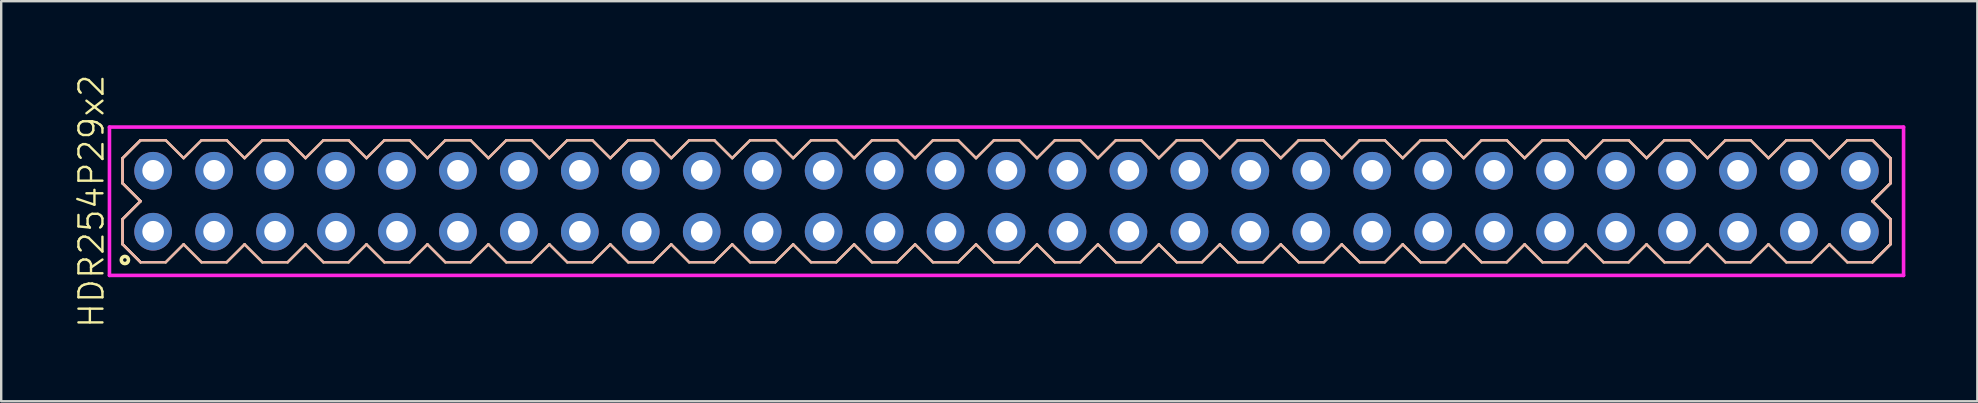
<source format=kicad_pcb>
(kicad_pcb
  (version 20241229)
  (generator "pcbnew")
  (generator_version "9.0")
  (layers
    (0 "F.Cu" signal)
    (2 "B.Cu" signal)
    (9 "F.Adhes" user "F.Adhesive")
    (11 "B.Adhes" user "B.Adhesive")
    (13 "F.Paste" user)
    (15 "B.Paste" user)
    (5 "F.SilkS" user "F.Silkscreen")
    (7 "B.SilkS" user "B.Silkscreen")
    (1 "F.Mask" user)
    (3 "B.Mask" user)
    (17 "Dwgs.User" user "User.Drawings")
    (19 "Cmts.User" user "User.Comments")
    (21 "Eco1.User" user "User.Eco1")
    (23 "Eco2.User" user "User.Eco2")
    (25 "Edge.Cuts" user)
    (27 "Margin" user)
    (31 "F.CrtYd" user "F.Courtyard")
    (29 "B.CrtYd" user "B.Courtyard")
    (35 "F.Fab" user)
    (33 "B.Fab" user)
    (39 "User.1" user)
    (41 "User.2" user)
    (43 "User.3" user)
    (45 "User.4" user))
  (footprint "HDR254P29x2"
    (layer "F.Cu")
    (at 38.891 5.336)
    (property "Reference" "HDR254P29x2" (at -38.13 0 90) (layer "F.SilkS") (effects (font (size 1 1) (thickness 0.1))))
    (attr through_hole)
    (fp_line (start -36.83 -1.796) (end -36.086 -2.54) (stroke (width 0.1) (type solid)) (layer "F.SilkS"))
    (fp_line (start -36.83 -1.796) (end -36.086 -2.54) (stroke (width 0.1) (type solid)) (layer "F.SilkS"))
    (fp_line (start -36.83 -0.744) (end -36.83 -1.796) (stroke (width 0.1) (type solid)) (layer "F.SilkS"))
    (fp_line (start -36.83 -0.744) (end -36.83 -1.796) (stroke (width 0.1) (type solid)) (layer "F.SilkS"))
    (fp_line (start -36.83 0.744) (end -36.086 0) (stroke (width 0.1) (type solid)) (layer "F.SilkS"))
    (fp_line (start -36.83 0.744) (end -36.086 0) (stroke (width 0.1) (type solid)) (layer "F.SilkS"))
    (fp_line (start -36.83 1.796) (end -36.83 0.744) (stroke (width 0.1) (type solid)) (layer "F.SilkS"))
    (fp_line (start -36.83 1.796) (end -36.83 0.744) (stroke (width 0.1) (type solid)) (layer "F.SilkS"))
    (fp_line (start -36.086 -2.54) (end -35.034 -2.54) (stroke (width 0.1) (type solid)) (layer "F.SilkS"))
    (fp_line (start -36.086 0) (end -36.83 -0.744) (stroke (width 0.1) (type solid)) (layer "F.SilkS"))
    (fp_line (start -36.086 0) (end -36.83 -0.744) (stroke (width 0.1) (type solid)) (layer "F.SilkS"))
    (fp_line (start -36.086 2.54) (end -36.83 1.796) (stroke (width 0.1) (type solid)) (layer "F.SilkS"))
    (fp_line (start -36.086 2.54) (end -36.83 1.796) (stroke (width 0.1) (type solid)) (layer "F.SilkS"))
    (fp_line (start -35.034 -2.54) (end -34.29 -1.796) (stroke (width 0.1) (type solid)) (layer "F.SilkS"))
    (fp_line (start -35.034 2.54) (end -36.086 2.54) (stroke (width 0.1) (type solid)) (layer "F.SilkS"))
    (fp_line (start -34.29 -1.796) (end -33.546 -2.54) (stroke (width 0.1) (type solid)) (layer "F.SilkS"))
    (fp_line (start -34.29 1.796) (end -35.034 2.54) (stroke (width 0.1) (type solid)) (layer "F.SilkS"))
    (fp_line (start -33.546 -2.54) (end -32.494 -2.54) (stroke (width 0.1) (type solid)) (layer "F.SilkS"))
    (fp_line (start -33.546 2.54) (end -34.29 1.796) (stroke (width 0.1) (type solid)) (layer "F.SilkS"))
    (fp_line (start -32.494 -2.54) (end -31.75 -1.796) (stroke (width 0.1) (type solid)) (layer "F.SilkS"))
    (fp_line (start -32.494 2.54) (end -33.546 2.54) (stroke (width 0.1) (type solid)) (layer "F.SilkS"))
    (fp_line (start -31.75 -1.796) (end -31.006 -2.54) (stroke (width 0.1) (type solid)) (layer "F.SilkS"))
    (fp_line (start -31.75 1.796) (end -32.494 2.54) (stroke (width 0.1) (type solid)) (layer "F.SilkS"))
    (fp_line (start -31.006 -2.54) (end -29.954 -2.54) (stroke (width 0.1) (type solid)) (layer "F.SilkS"))
    (fp_line (start -31.006 2.54) (end -31.75 1.796) (stroke (width 0.1) (type solid)) (layer "F.SilkS"))
    (fp_line (start -29.954 -2.54) (end -29.21 -1.796) (stroke (width 0.1) (type solid)) (layer "F.SilkS"))
    (fp_line (start -29.954 2.54) (end -31.006 2.54) (stroke (width 0.1) (type solid)) (layer "F.SilkS"))
    (fp_line (start -29.21 -1.796) (end -28.466 -2.54) (stroke (width 0.1) (type solid)) (layer "F.SilkS"))
    (fp_line (start -29.21 1.796) (end -29.954 2.54) (stroke (width 0.1) (type solid)) (layer "F.SilkS"))
    (fp_line (start -28.466 -2.54) (end -27.414 -2.54) (stroke (width 0.1) (type solid)) (layer "F.SilkS"))
    (fp_line (start -28.466 2.54) (end -29.21 1.796) (stroke (width 0.1) (type solid)) (layer "F.SilkS"))
    (fp_line (start -27.414 -2.54) (end -26.67 -1.796) (stroke (width 0.1) (type solid)) (layer "F.SilkS"))
    (fp_line (start -27.414 2.54) (end -28.466 2.54) (stroke (width 0.1) (type solid)) (layer "F.SilkS"))
    (fp_line (start -26.67 -1.796) (end -25.926 -2.54) (stroke (width 0.1) (type solid)) (layer "F.SilkS"))
    (fp_line (start -26.67 1.796) (end -27.414 2.54) (stroke (width 0.1) (type solid)) (layer "F.SilkS"))
    (fp_line (start -25.926 -2.54) (end -24.874 -2.54) (stroke (width 0.1) (type solid)) (layer "F.SilkS"))
    (fp_line (start -25.926 2.54) (end -26.67 1.796) (stroke (width 0.1) (type solid)) (layer "F.SilkS"))
    (fp_line (start -24.874 -2.54) (end -24.13 -1.796) (stroke (width 0.1) (type solid)) (layer "F.SilkS"))
    (fp_line (start -24.874 2.54) (end -25.926 2.54) (stroke (width 0.1) (type solid)) (layer "F.SilkS"))
    (fp_line (start -24.13 -1.796) (end -23.386 -2.54) (stroke (width 0.1) (type solid)) (layer "F.SilkS"))
    (fp_line (start -24.13 1.796) (end -24.874 2.54) (stroke (width 0.1) (type solid)) (layer "F.SilkS"))
    (fp_line (start -23.386 -2.54) (end -22.334 -2.54) (stroke (width 0.1) (type solid)) (layer "F.SilkS"))
    (fp_line (start -23.386 2.54) (end -24.13 1.796) (stroke (width 0.1) (type solid)) (layer "F.SilkS"))
    (fp_line (start -22.334 -2.54) (end -21.59 -1.796) (stroke (width 0.1) (type solid)) (layer "F.SilkS"))
    (fp_line (start -22.334 2.54) (end -23.386 2.54) (stroke (width 0.1) (type solid)) (layer "F.SilkS"))
    (fp_line (start -21.59 -1.796) (end -20.846 -2.54) (stroke (width 0.1) (type solid)) (layer "F.SilkS"))
    (fp_line (start -21.59 1.796) (end -22.334 2.54) (stroke (width 0.1) (type solid)) (layer "F.SilkS"))
    (fp_line (start -20.846 -2.54) (end -19.794 -2.54) (stroke (width 0.1) (type solid)) (layer "F.SilkS"))
    (fp_line (start -20.846 2.54) (end -21.59 1.796) (stroke (width 0.1) (type solid)) (layer "F.SilkS"))
    (fp_line (start -19.794 -2.54) (end -19.05 -1.796) (stroke (width 0.1) (type solid)) (layer "F.SilkS"))
    (fp_line (start -19.794 2.54) (end -20.846 2.54) (stroke (width 0.1) (type solid)) (layer "F.SilkS"))
    (fp_line (start -19.05 -1.796) (end -18.306 -2.54) (stroke (width 0.1) (type solid)) (layer "F.SilkS"))
    (fp_line (start -19.05 1.796) (end -19.794 2.54) (stroke (width 0.1) (type solid)) (layer "F.SilkS"))
    (fp_line (start -18.306 -2.54) (end -17.254 -2.54) (stroke (width 0.1) (type solid)) (layer "F.SilkS"))
    (fp_line (start -18.306 2.54) (end -19.05 1.796) (stroke (width 0.1) (type solid)) (layer "F.SilkS"))
    (fp_line (start -17.254 -2.54) (end -16.51 -1.796) (stroke (width 0.1) (type solid)) (layer "F.SilkS"))
    (fp_line (start -17.254 2.54) (end -18.306 2.54) (stroke (width 0.1) (type solid)) (layer "F.SilkS"))
    (fp_line (start -16.51 -1.796) (end -15.766 -2.54) (stroke (width 0.1) (type solid)) (layer "F.SilkS"))
    (fp_line (start -16.51 1.796) (end -17.254 2.54) (stroke (width 0.1) (type solid)) (layer "F.SilkS"))
    (fp_line (start -15.766 -2.54) (end -14.714 -2.54) (stroke (width 0.1) (type solid)) (layer "F.SilkS"))
    (fp_line (start -15.766 2.54) (end -16.51 1.796) (stroke (width 0.1) (type solid)) (layer "F.SilkS"))
    (fp_line (start -14.714 -2.54) (end -13.97 -1.796) (stroke (width 0.1) (type solid)) (layer "F.SilkS"))
    (fp_line (start -14.714 2.54) (end -15.766 2.54) (stroke (width 0.1) (type solid)) (layer "F.SilkS"))
    (fp_line (start -13.97 -1.796) (end -13.226 -2.54) (stroke (width 0.1) (type solid)) (layer "F.SilkS"))
    (fp_line (start -13.97 1.796) (end -14.714 2.54) (stroke (width 0.1) (type solid)) (layer "F.SilkS"))
    (fp_line (start -13.226 -2.54) (end -12.174 -2.54) (stroke (width 0.1) (type solid)) (layer "F.SilkS"))
    (fp_line (start -13.226 2.54) (end -13.97 1.796) (stroke (width 0.1) (type solid)) (layer "F.SilkS"))
    (fp_line (start -12.174 -2.54) (end -11.43 -1.796) (stroke (width 0.1) (type solid)) (layer "F.SilkS"))
    (fp_line (start -12.174 2.54) (end -13.226 2.54) (stroke (width 0.1) (type solid)) (layer "F.SilkS"))
    (fp_line (start -11.43 -1.796) (end -10.686 -2.54) (stroke (width 0.1) (type solid)) (layer "F.SilkS"))
    (fp_line (start -11.43 1.796) (end -12.174 2.54) (stroke (width 0.1) (type solid)) (layer "F.SilkS"))
    (fp_line (start -10.686 -2.54) (end -9.634 -2.54) (stroke (width 0.1) (type solid)) (layer "F.SilkS"))
    (fp_line (start -10.686 2.54) (end -11.43 1.796) (stroke (width 0.1) (type solid)) (layer "F.SilkS"))
    (fp_line (start -9.634 -2.54) (end -8.89 -1.796) (stroke (width 0.1) (type solid)) (layer "F.SilkS"))
    (fp_line (start -9.634 2.54) (end -10.686 2.54) (stroke (width 0.1) (type solid)) (layer "F.SilkS"))
    (fp_line (start -8.89 -1.796) (end -8.146 -2.54) (stroke (width 0.1) (type solid)) (layer "F.SilkS"))
    (fp_line (start -8.89 1.796) (end -9.634 2.54) (stroke (width 0.1) (type solid)) (layer "F.SilkS"))
    (fp_line (start -8.146 -2.54) (end -7.094 -2.54) (stroke (width 0.1) (type solid)) (layer "F.SilkS"))
    (fp_line (start -8.146 2.54) (end -8.89 1.796) (stroke (width 0.1) (type solid)) (layer "F.SilkS"))
    (fp_line (start -7.094 -2.54) (end -6.35 -1.796) (stroke (width 0.1) (type solid)) (layer "F.SilkS"))
    (fp_line (start -7.094 2.54) (end -8.146 2.54) (stroke (width 0.1) (type solid)) (layer "F.SilkS"))
    (fp_line (start -6.35 -1.796) (end -5.606 -2.54) (stroke (width 0.1) (type solid)) (layer "F.SilkS"))
    (fp_line (start -6.35 1.796) (end -7.094 2.54) (stroke (width 0.1) (type solid)) (layer "F.SilkS"))
    (fp_line (start -5.606 -2.54) (end -4.554 -2.54) (stroke (width 0.1) (type solid)) (layer "F.SilkS"))
    (fp_line (start -5.606 2.54) (end -6.35 1.796) (stroke (width 0.1) (type solid)) (layer "F.SilkS"))
    (fp_line (start -4.554 -2.54) (end -3.81 -1.796) (stroke (width 0.1) (type solid)) (layer "F.SilkS"))
    (fp_line (start -4.554 2.54) (end -5.606 2.54) (stroke (width 0.1) (type solid)) (layer "F.SilkS"))
    (fp_line (start -3.81 -1.796) (end -3.066 -2.54) (stroke (width 0.1) (type solid)) (layer "F.SilkS"))
    (fp_line (start -3.81 1.796) (end -4.554 2.54) (stroke (width 0.1) (type solid)) (layer "F.SilkS"))
    (fp_line (start -3.066 -2.54) (end -2.014 -2.54) (stroke (width 0.1) (type solid)) (layer "F.SilkS"))
    (fp_line (start -3.066 2.54) (end -3.81 1.796) (stroke (width 0.1) (type solid)) (layer "F.SilkS"))
    (fp_line (start -2.014 -2.54) (end -1.27 -1.796) (stroke (width 0.1) (type solid)) (layer "F.SilkS"))
    (fp_line (start -2.014 2.54) (end -3.066 2.54) (stroke (width 0.1) (type solid)) (layer "F.SilkS"))
    (fp_line (start -1.27 -1.796) (end -0.526 -2.54) (stroke (width 0.1) (type solid)) (layer "F.SilkS"))
    (fp_line (start -1.27 1.796) (end -2.014 2.54) (stroke (width 0.1) (type solid)) (layer "F.SilkS"))
    (fp_line (start -0.526 -2.54) (end 0.526 -2.54) (stroke (width 0.1) (type solid)) (layer "F.SilkS"))
    (fp_line (start -0.526 2.54) (end -1.27 1.796) (stroke (width 0.1) (type solid)) (layer "F.SilkS"))
    (fp_line (start 0.526 -2.54) (end 1.27 -1.796) (stroke (width 0.1) (type solid)) (layer "F.SilkS"))
    (fp_line (start 0.526 2.54) (end -0.526 2.54) (stroke (width 0.1) (type solid)) (layer "F.SilkS"))
    (fp_line (start 1.27 -1.796) (end 2.014 -2.54) (stroke (width 0.1) (type solid)) (layer "F.SilkS"))
    (fp_line (start 1.27 1.796) (end 0.526 2.54) (stroke (width 0.1) (type solid)) (layer "F.SilkS"))
    (fp_line (start 2.014 -2.54) (end 3.066 -2.54) (stroke (width 0.1) (type solid)) (layer "F.SilkS"))
    (fp_line (start 2.014 2.54) (end 1.27 1.796) (stroke (width 0.1) (type solid)) (layer "F.SilkS"))
    (fp_line (start 3.066 -2.54) (end 3.81 -1.796) (stroke (width 0.1) (type solid)) (layer "F.SilkS"))
    (fp_line (start 3.066 2.54) (end 2.014 2.54) (stroke (width 0.1) (type solid)) (layer "F.SilkS"))
    (fp_line (start 3.81 -1.796) (end 4.554 -2.54) (stroke (width 0.1) (type solid)) (layer "F.SilkS"))
    (fp_line (start 3.81 1.796) (end 3.066 2.54) (stroke (width 0.1) (type solid)) (layer "F.SilkS"))
    (fp_line (start 4.554 -2.54) (end 5.606 -2.54) (stroke (width 0.1) (type solid)) (layer "F.SilkS"))
    (fp_line (start 4.554 2.54) (end 3.81 1.796) (stroke (width 0.1) (type solid)) (layer "F.SilkS"))
    (fp_line (start 5.606 -2.54) (end 6.35 -1.796) (stroke (width 0.1) (type solid)) (layer "F.SilkS"))
    (fp_line (start 5.606 2.54) (end 4.554 2.54) (stroke (width 0.1) (type solid)) (layer "F.SilkS"))
    (fp_line (start 6.35 -1.796) (end 7.094 -2.54) (stroke (width 0.1) (type solid)) (layer "F.SilkS"))
    (fp_line (start 6.35 1.796) (end 5.606 2.54) (stroke (width 0.1) (type solid)) (layer "F.SilkS"))
    (fp_line (start 7.094 -2.54) (end 8.146 -2.54) (stroke (width 0.1) (type solid)) (layer "F.SilkS"))
    (fp_line (start 7.094 2.54) (end 6.35 1.796) (stroke (width 0.1) (type solid)) (layer "F.SilkS"))
    (fp_line (start 8.146 -2.54) (end 8.89 -1.796) (stroke (width 0.1) (type solid)) (layer "F.SilkS"))
    (fp_line (start 8.146 2.54) (end 7.094 2.54) (stroke (width 0.1) (type solid)) (layer "F.SilkS"))
    (fp_line (start 8.89 -1.796) (end 9.634 -2.54) (stroke (width 0.1) (type solid)) (layer "F.SilkS"))
    (fp_line (start 8.89 1.796) (end 8.146 2.54) (stroke (width 0.1) (type solid)) (layer "F.SilkS"))
    (fp_line (start 9.634 -2.54) (end 10.686 -2.54) (stroke (width 0.1) (type solid)) (layer "F.SilkS"))
    (fp_line (start 9.634 2.54) (end 8.89 1.796) (stroke (width 0.1) (type solid)) (layer "F.SilkS"))
    (fp_line (start 10.686 -2.54) (end 11.43 -1.796) (stroke (width 0.1) (type solid)) (layer "F.SilkS"))
    (fp_line (start 10.686 2.54) (end 9.634 2.54) (stroke (width 0.1) (type solid)) (layer "F.SilkS"))
    (fp_line (start 11.43 -1.796) (end 12.174 -2.54) (stroke (width 0.1) (type solid)) (layer "F.SilkS"))
    (fp_line (start 11.43 1.796) (end 10.686 2.54) (stroke (width 0.1) (type solid)) (layer "F.SilkS"))
    (fp_line (start 12.174 -2.54) (end 13.226 -2.54) (stroke (width 0.1) (type solid)) (layer "F.SilkS"))
    (fp_line (start 12.174 2.54) (end 11.43 1.796) (stroke (width 0.1) (type solid)) (layer "F.SilkS"))
    (fp_line (start 13.226 -2.54) (end 13.97 -1.796) (stroke (width 0.1) (type solid)) (layer "F.SilkS"))
    (fp_line (start 13.226 2.54) (end 12.174 2.54) (stroke (width 0.1) (type solid)) (layer "F.SilkS"))
    (fp_line (start 13.97 -1.796) (end 14.714 -2.54) (stroke (width 0.1) (type solid)) (layer "F.SilkS"))
    (fp_line (start 13.97 1.796) (end 13.226 2.54) (stroke (width 0.1) (type solid)) (layer "F.SilkS"))
    (fp_line (start 14.714 -2.54) (end 15.766 -2.54) (stroke (width 0.1) (type solid)) (layer "F.SilkS"))
    (fp_line (start 14.714 2.54) (end 13.97 1.796) (stroke (width 0.1) (type solid)) (layer "F.SilkS"))
    (fp_line (start 15.766 -2.54) (end 16.51 -1.796) (stroke (width 0.1) (type solid)) (layer "F.SilkS"))
    (fp_line (start 15.766 2.54) (end 14.714 2.54) (stroke (width 0.1) (type solid)) (layer "F.SilkS"))
    (fp_line (start 16.51 -1.796) (end 17.254 -2.54) (stroke (width 0.1) (type solid)) (layer "F.SilkS"))
    (fp_line (start 16.51 1.796) (end 15.766 2.54) (stroke (width 0.1) (type solid)) (layer "F.SilkS"))
    (fp_line (start 17.254 -2.54) (end 18.306 -2.54) (stroke (width 0.1) (type solid)) (layer "F.SilkS"))
    (fp_line (start 17.254 2.54) (end 16.51 1.796) (stroke (width 0.1) (type solid)) (layer "F.SilkS"))
    (fp_line (start 18.306 -2.54) (end 19.05 -1.796) (stroke (width 0.1) (type solid)) (layer "F.SilkS"))
    (fp_line (start 18.306 2.54) (end 17.254 2.54) (stroke (width 0.1) (type solid)) (layer "F.SilkS"))
    (fp_line (start 19.05 -1.796) (end 19.794 -2.54) (stroke (width 0.1) (type solid)) (layer "F.SilkS"))
    (fp_line (start 19.05 1.796) (end 18.306 2.54) (stroke (width 0.1) (type solid)) (layer "F.SilkS"))
    (fp_line (start 19.794 -2.54) (end 20.846 -2.54) (stroke (width 0.1) (type solid)) (layer "F.SilkS"))
    (fp_line (start 19.794 2.54) (end 19.05 1.796) (stroke (width 0.1) (type solid)) (layer "F.SilkS"))
    (fp_line (start 20.846 -2.54) (end 21.59 -1.796) (stroke (width 0.1) (type solid)) (layer "F.SilkS"))
    (fp_line (start 20.846 2.54) (end 19.794 2.54) (stroke (width 0.1) (type solid)) (layer "F.SilkS"))
    (fp_line (start 21.59 -1.796) (end 22.334 -2.54) (stroke (width 0.1) (type solid)) (layer "F.SilkS"))
    (fp_line (start 21.59 1.796) (end 20.846 2.54) (stroke (width 0.1) (type solid)) (layer "F.SilkS"))
    (fp_line (start 22.334 -2.54) (end 23.386 -2.54) (stroke (width 0.1) (type solid)) (layer "F.SilkS"))
    (fp_line (start 22.334 2.54) (end 21.59 1.796) (stroke (width 0.1) (type solid)) (layer "F.SilkS"))
    (fp_line (start 23.386 -2.54) (end 24.13 -1.796) (stroke (width 0.1) (type solid)) (layer "F.SilkS"))
    (fp_line (start 23.386 2.54) (end 22.334 2.54) (stroke (width 0.1) (type solid)) (layer "F.SilkS"))
    (fp_line (start 24.13 -1.796) (end 24.874 -2.54) (stroke (width 0.1) (type solid)) (layer "F.SilkS"))
    (fp_line (start 24.13 1.796) (end 23.386 2.54) (stroke (width 0.1) (type solid)) (layer "F.SilkS"))
    (fp_line (start 24.874 -2.54) (end 25.926 -2.54) (stroke (width 0.1) (type solid)) (layer "F.SilkS"))
    (fp_line (start 24.874 2.54) (end 24.13 1.796) (stroke (width 0.1) (type solid)) (layer "F.SilkS"))
    (fp_line (start 25.926 -2.54) (end 26.67 -1.796) (stroke (width 0.1) (type solid)) (layer "F.SilkS"))
    (fp_line (start 25.926 2.54) (end 24.874 2.54) (stroke (width 0.1) (type solid)) (layer "F.SilkS"))
    (fp_line (start 26.67 -1.796) (end 27.414 -2.54) (stroke (width 0.1) (type solid)) (layer "F.SilkS"))
    (fp_line (start 26.67 1.796) (end 25.926 2.54) (stroke (width 0.1) (type solid)) (layer "F.SilkS"))
    (fp_line (start 27.414 -2.54) (end 28.466 -2.54) (stroke (width 0.1) (type solid)) (layer "F.SilkS"))
    (fp_line (start 27.414 2.54) (end 26.67 1.796) (stroke (width 0.1) (type solid)) (layer "F.SilkS"))
    (fp_line (start 28.466 -2.54) (end 29.21 -1.796) (stroke (width 0.1) (type solid)) (layer "F.SilkS"))
    (fp_line (start 28.466 2.54) (end 27.414 2.54) (stroke (width 0.1) (type solid)) (layer "F.SilkS"))
    (fp_line (start 29.21 -1.796) (end 29.954 -2.54) (stroke (width 0.1) (type solid)) (layer "F.SilkS"))
    (fp_line (start 29.21 1.796) (end 28.466 2.54) (stroke (width 0.1) (type solid)) (layer "F.SilkS"))
    (fp_line (start 29.954 -2.54) (end 31.006 -2.54) (stroke (width 0.1) (type solid)) (layer "F.SilkS"))
    (fp_line (start 29.954 2.54) (end 29.21 1.796) (stroke (width 0.1) (type solid)) (layer "F.SilkS"))
    (fp_line (start 31.006 -2.54) (end 31.75 -1.796) (stroke (width 0.1) (type solid)) (layer "F.SilkS"))
    (fp_line (start 31.006 2.54) (end 29.954 2.54) (stroke (width 0.1) (type solid)) (layer "F.SilkS"))
    (fp_line (start 31.75 -1.796) (end 32.494 -2.54) (stroke (width 0.1) (type solid)) (layer "F.SilkS"))
    (fp_line (start 31.75 1.796) (end 31.006 2.54) (stroke (width 0.1) (type solid)) (layer "F.SilkS"))
    (fp_line (start 32.494 -2.54) (end 33.546 -2.54) (stroke (width 0.1) (type solid)) (layer "F.SilkS"))
    (fp_line (start 32.494 2.54) (end 31.75 1.796) (stroke (width 0.1) (type solid)) (layer "F.SilkS"))
    (fp_line (start 33.546 -2.54) (end 34.29 -1.796) (stroke (width 0.1) (type solid)) (layer "F.SilkS"))
    (fp_line (start 33.546 2.54) (end 32.494 2.54) (stroke (width 0.1) (type solid)) (layer "F.SilkS"))
    (fp_line (start 34.29 -1.796) (end 35.034 -2.54) (stroke (width 0.1) (type solid)) (layer "F.SilkS"))
    (fp_line (start 34.29 1.796) (end 33.546 2.54) (stroke (width 0.1) (type solid)) (layer "F.SilkS"))
    (fp_line (start 35.034 -2.54) (end 36.086 -2.54) (stroke (width 0.1) (type solid)) (layer "F.SilkS"))
    (fp_line (start 35.034 2.54) (end 34.29 1.796) (stroke (width 0.1) (type solid)) (layer "F.SilkS"))
    (fp_line (start 36.086 -2.54) (end 36.83 -1.796) (stroke (width 0.1) (type solid)) (layer "F.SilkS"))
    (fp_line (start 36.086 -2.54) (end 36.83 -1.796) (stroke (width 0.1) (type solid)) (layer "F.SilkS"))
    (fp_line (start 36.086 0) (end 36.83 0.744) (stroke (width 0.1) (type solid)) (layer "F.SilkS"))
    (fp_line (start 36.086 0) (end 36.83 0.744) (stroke (width 0.1) (type solid)) (layer "F.SilkS"))
    (fp_line (start 36.086 2.54) (end 35.034 2.54) (stroke (width 0.1) (type solid)) (layer "F.SilkS"))
    (fp_line (start 36.83 -1.796) (end 36.83 -0.744) (stroke (width 0.1) (type solid)) (layer "F.SilkS"))
    (fp_line (start 36.83 -1.796) (end 36.83 -0.744) (stroke (width 0.1) (type solid)) (layer "F.SilkS"))
    (fp_line (start 36.83 -0.744) (end 36.086 0) (stroke (width 0.1) (type solid)) (layer "F.SilkS"))
    (fp_line (start 36.83 -0.744) (end 36.086 0) (stroke (width 0.1) (type solid)) (layer "F.SilkS"))
    (fp_line (start 36.83 0.744) (end 36.83 1.796) (stroke (width 0.1) (type solid)) (layer "F.SilkS"))
    (fp_line (start 36.83 0.744) (end 36.83 1.796) (stroke (width 0.1) (type solid)) (layer "F.SilkS"))
    (fp_line (start 36.83 1.796) (end 36.086 2.54) (stroke (width 0.1) (type solid)) (layer "F.SilkS"))
    (fp_line (start 36.83 1.796) (end 36.086 2.54) (stroke (width 0.1) (type solid)) (layer "F.SilkS"))
    (fp_circle (center -36.737 2.448) (end -36.587 2.448) (stroke (width 0.15) (type solid)) (fill no) (layer "F.SilkS"))
    (fp_line (start -36.83 -1.796) (end -36.086 -2.54) (stroke (width 0.1) (type solid)) (layer "B.SilkS"))
    (fp_line (start -36.83 -1.796) (end -36.086 -2.54) (stroke (width 0.1) (type solid)) (layer "B.SilkS"))
    (fp_line (start -36.83 -0.744) (end -36.83 -1.796) (stroke (width 0.1) (type solid)) (layer "B.SilkS"))
    (fp_line (start -36.83 -0.744) (end -36.83 -1.796) (stroke (width 0.1) (type solid)) (layer "B.SilkS"))
    (fp_line (start -36.83 0.744) (end -36.086 0) (stroke (width 0.1) (type solid)) (layer "B.SilkS"))
    (fp_line (start -36.83 0.744) (end -36.086 0) (stroke (width 0.1) (type solid)) (layer "B.SilkS"))
    (fp_line (start -36.83 1.796) (end -36.83 0.744) (stroke (width 0.1) (type solid)) (layer "B.SilkS"))
    (fp_line (start -36.83 1.796) (end -36.83 0.744) (stroke (width 0.1) (type solid)) (layer "B.SilkS"))
    (fp_line (start -36.086 -2.54) (end -35.034 -2.54) (stroke (width 0.1) (type solid)) (layer "B.SilkS"))
    (fp_line (start -36.086 0) (end -36.83 -0.744) (stroke (width 0.1) (type solid)) (layer "B.SilkS"))
    (fp_line (start -36.086 0) (end -36.83 -0.744) (stroke (width 0.1) (type solid)) (layer "B.SilkS"))
    (fp_line (start -36.086 2.54) (end -36.83 1.796) (stroke (width 0.1) (type solid)) (layer "B.SilkS"))
    (fp_line (start -36.086 2.54) (end -36.83 1.796) (stroke (width 0.1) (type solid)) (layer "B.SilkS"))
    (fp_line (start -35.034 -2.54) (end -34.29 -1.796) (stroke (width 0.1) (type solid)) (layer "B.SilkS"))
    (fp_line (start -35.034 2.54) (end -36.086 2.54) (stroke (width 0.1) (type solid)) (layer "B.SilkS"))
    (fp_line (start -34.29 -1.796) (end -33.546 -2.54) (stroke (width 0.1) (type solid)) (layer "B.SilkS"))
    (fp_line (start -34.29 1.796) (end -35.034 2.54) (stroke (width 0.1) (type solid)) (layer "B.SilkS"))
    (fp_line (start -33.546 -2.54) (end -32.494 -2.54) (stroke (width 0.1) (type solid)) (layer "B.SilkS"))
    (fp_line (start -33.546 2.54) (end -34.29 1.796) (stroke (width 0.1) (type solid)) (layer "B.SilkS"))
    (fp_line (start -32.494 -2.54) (end -31.75 -1.796) (stroke (width 0.1) (type solid)) (layer "B.SilkS"))
    (fp_line (start -32.494 2.54) (end -33.546 2.54) (stroke (width 0.1) (type solid)) (layer "B.SilkS"))
    (fp_line (start -31.75 -1.796) (end -31.006 -2.54) (stroke (width 0.1) (type solid)) (layer "B.SilkS"))
    (fp_line (start -31.75 1.796) (end -32.494 2.54) (stroke (width 0.1) (type solid)) (layer "B.SilkS"))
    (fp_line (start -31.006 -2.54) (end -29.954 -2.54) (stroke (width 0.1) (type solid)) (layer "B.SilkS"))
    (fp_line (start -31.006 2.54) (end -31.75 1.796) (stroke (width 0.1) (type solid)) (layer "B.SilkS"))
    (fp_line (start -29.954 -2.54) (end -29.21 -1.796) (stroke (width 0.1) (type solid)) (layer "B.SilkS"))
    (fp_line (start -29.954 2.54) (end -31.006 2.54) (stroke (width 0.1) (type solid)) (layer "B.SilkS"))
    (fp_line (start -29.21 -1.796) (end -28.466 -2.54) (stroke (width 0.1) (type solid)) (layer "B.SilkS"))
    (fp_line (start -29.21 1.796) (end -29.954 2.54) (stroke (width 0.1) (type solid)) (layer "B.SilkS"))
    (fp_line (start -28.466 -2.54) (end -27.414 -2.54) (stroke (width 0.1) (type solid)) (layer "B.SilkS"))
    (fp_line (start -28.466 2.54) (end -29.21 1.796) (stroke (width 0.1) (type solid)) (layer "B.SilkS"))
    (fp_line (start -27.414 -2.54) (end -26.67 -1.796) (stroke (width 0.1) (type solid)) (layer "B.SilkS"))
    (fp_line (start -27.414 2.54) (end -28.466 2.54) (stroke (width 0.1) (type solid)) (layer "B.SilkS"))
    (fp_line (start -26.67 -1.796) (end -25.926 -2.54) (stroke (width 0.1) (type solid)) (layer "B.SilkS"))
    (fp_line (start -26.67 1.796) (end -27.414 2.54) (stroke (width 0.1) (type solid)) (layer "B.SilkS"))
    (fp_line (start -25.926 -2.54) (end -24.874 -2.54) (stroke (width 0.1) (type solid)) (layer "B.SilkS"))
    (fp_line (start -25.926 2.54) (end -26.67 1.796) (stroke (width 0.1) (type solid)) (layer "B.SilkS"))
    (fp_line (start -24.874 -2.54) (end -24.13 -1.796) (stroke (width 0.1) (type solid)) (layer "B.SilkS"))
    (fp_line (start -24.874 2.54) (end -25.926 2.54) (stroke (width 0.1) (type solid)) (layer "B.SilkS"))
    (fp_line (start -24.13 -1.796) (end -23.386 -2.54) (stroke (width 0.1) (type solid)) (layer "B.SilkS"))
    (fp_line (start -24.13 1.796) (end -24.874 2.54) (stroke (width 0.1) (type solid)) (layer "B.SilkS"))
    (fp_line (start -23.386 -2.54) (end -22.334 -2.54) (stroke (width 0.1) (type solid)) (layer "B.SilkS"))
    (fp_line (start -23.386 2.54) (end -24.13 1.796) (stroke (width 0.1) (type solid)) (layer "B.SilkS"))
    (fp_line (start -22.334 -2.54) (end -21.59 -1.796) (stroke (width 0.1) (type solid)) (layer "B.SilkS"))
    (fp_line (start -22.334 2.54) (end -23.386 2.54) (stroke (width 0.1) (type solid)) (layer "B.SilkS"))
    (fp_line (start -21.59 -1.796) (end -20.846 -2.54) (stroke (width 0.1) (type solid)) (layer "B.SilkS"))
    (fp_line (start -21.59 1.796) (end -22.334 2.54) (stroke (width 0.1) (type solid)) (layer "B.SilkS"))
    (fp_line (start -20.846 -2.54) (end -19.794 -2.54) (stroke (width 0.1) (type solid)) (layer "B.SilkS"))
    (fp_line (start -20.846 2.54) (end -21.59 1.796) (stroke (width 0.1) (type solid)) (layer "B.SilkS"))
    (fp_line (start -19.794 -2.54) (end -19.05 -1.796) (stroke (width 0.1) (type solid)) (layer "B.SilkS"))
    (fp_line (start -19.794 2.54) (end -20.846 2.54) (stroke (width 0.1) (type solid)) (layer "B.SilkS"))
    (fp_line (start -19.05 -1.796) (end -18.306 -2.54) (stroke (width 0.1) (type solid)) (layer "B.SilkS"))
    (fp_line (start -19.05 1.796) (end -19.794 2.54) (stroke (width 0.1) (type solid)) (layer "B.SilkS"))
    (fp_line (start -18.306 -2.54) (end -17.254 -2.54) (stroke (width 0.1) (type solid)) (layer "B.SilkS"))
    (fp_line (start -18.306 2.54) (end -19.05 1.796) (stroke (width 0.1) (type solid)) (layer "B.SilkS"))
    (fp_line (start -17.254 -2.54) (end -16.51 -1.796) (stroke (width 0.1) (type solid)) (layer "B.SilkS"))
    (fp_line (start -17.254 2.54) (end -18.306 2.54) (stroke (width 0.1) (type solid)) (layer "B.SilkS"))
    (fp_line (start -16.51 -1.796) (end -15.766 -2.54) (stroke (width 0.1) (type solid)) (layer "B.SilkS"))
    (fp_line (start -16.51 1.796) (end -17.254 2.54) (stroke (width 0.1) (type solid)) (layer "B.SilkS"))
    (fp_line (start -15.766 -2.54) (end -14.714 -2.54) (stroke (width 0.1) (type solid)) (layer "B.SilkS"))
    (fp_line (start -15.766 2.54) (end -16.51 1.796) (stroke (width 0.1) (type solid)) (layer "B.SilkS"))
    (fp_line (start -14.714 -2.54) (end -13.97 -1.796) (stroke (width 0.1) (type solid)) (layer "B.SilkS"))
    (fp_line (start -14.714 2.54) (end -15.766 2.54) (stroke (width 0.1) (type solid)) (layer "B.SilkS"))
    (fp_line (start -13.97 -1.796) (end -13.226 -2.54) (stroke (width 0.1) (type solid)) (layer "B.SilkS"))
    (fp_line (start -13.97 1.796) (end -14.714 2.54) (stroke (width 0.1) (type solid)) (layer "B.SilkS"))
    (fp_line (start -13.226 -2.54) (end -12.174 -2.54) (stroke (width 0.1) (type solid)) (layer "B.SilkS"))
    (fp_line (start -13.226 2.54) (end -13.97 1.796) (stroke (width 0.1) (type solid)) (layer "B.SilkS"))
    (fp_line (start -12.174 -2.54) (end -11.43 -1.796) (stroke (width 0.1) (type solid)) (layer "B.SilkS"))
    (fp_line (start -12.174 2.54) (end -13.226 2.54) (stroke (width 0.1) (type solid)) (layer "B.SilkS"))
    (fp_line (start -11.43 -1.796) (end -10.686 -2.54) (stroke (width 0.1) (type solid)) (layer "B.SilkS"))
    (fp_line (start -11.43 1.796) (end -12.174 2.54) (stroke (width 0.1) (type solid)) (layer "B.SilkS"))
    (fp_line (start -10.686 -2.54) (end -9.634 -2.54) (stroke (width 0.1) (type solid)) (layer "B.SilkS"))
    (fp_line (start -10.686 2.54) (end -11.43 1.796) (stroke (width 0.1) (type solid)) (layer "B.SilkS"))
    (fp_line (start -9.634 -2.54) (end -8.89 -1.796) (stroke (width 0.1) (type solid)) (layer "B.SilkS"))
    (fp_line (start -9.634 2.54) (end -10.686 2.54) (stroke (width 0.1) (type solid)) (layer "B.SilkS"))
    (fp_line (start -8.89 -1.796) (end -8.146 -2.54) (stroke (width 0.1) (type solid)) (layer "B.SilkS"))
    (fp_line (start -8.89 1.796) (end -9.634 2.54) (stroke (width 0.1) (type solid)) (layer "B.SilkS"))
    (fp_line (start -8.146 -2.54) (end -7.094 -2.54) (stroke (width 0.1) (type solid)) (layer "B.SilkS"))
    (fp_line (start -8.146 2.54) (end -8.89 1.796) (stroke (width 0.1) (type solid)) (layer "B.SilkS"))
    (fp_line (start -7.094 -2.54) (end -6.35 -1.796) (stroke (width 0.1) (type solid)) (layer "B.SilkS"))
    (fp_line (start -7.094 2.54) (end -8.146 2.54) (stroke (width 0.1) (type solid)) (layer "B.SilkS"))
    (fp_line (start -6.35 -1.796) (end -5.606 -2.54) (stroke (width 0.1) (type solid)) (layer "B.SilkS"))
    (fp_line (start -6.35 1.796) (end -7.094 2.54) (stroke (width 0.1) (type solid)) (layer "B.SilkS"))
    (fp_line (start -5.606 -2.54) (end -4.554 -2.54) (stroke (width 0.1) (type solid)) (layer "B.SilkS"))
    (fp_line (start -5.606 2.54) (end -6.35 1.796) (stroke (width 0.1) (type solid)) (layer "B.SilkS"))
    (fp_line (start -4.554 -2.54) (end -3.81 -1.796) (stroke (width 0.1) (type solid)) (layer "B.SilkS"))
    (fp_line (start -4.554 2.54) (end -5.606 2.54) (stroke (width 0.1) (type solid)) (layer "B.SilkS"))
    (fp_line (start -3.81 -1.796) (end -3.066 -2.54) (stroke (width 0.1) (type solid)) (layer "B.SilkS"))
    (fp_line (start -3.81 1.796) (end -4.554 2.54) (stroke (width 0.1) (type solid)) (layer "B.SilkS"))
    (fp_line (start -3.066 -2.54) (end -2.014 -2.54) (stroke (width 0.1) (type solid)) (layer "B.SilkS"))
    (fp_line (start -3.066 2.54) (end -3.81 1.796) (stroke (width 0.1) (type solid)) (layer "B.SilkS"))
    (fp_line (start -2.014 -2.54) (end -1.27 -1.796) (stroke (width 0.1) (type solid)) (layer "B.SilkS"))
    (fp_line (start -2.014 2.54) (end -3.066 2.54) (stroke (width 0.1) (type solid)) (layer "B.SilkS"))
    (fp_line (start -1.27 -1.796) (end -0.526 -2.54) (stroke (width 0.1) (type solid)) (layer "B.SilkS"))
    (fp_line (start -1.27 1.796) (end -2.014 2.54) (stroke (width 0.1) (type solid)) (layer "B.SilkS"))
    (fp_line (start -0.526 -2.54) (end 0.526 -2.54) (stroke (width 0.1) (type solid)) (layer "B.SilkS"))
    (fp_line (start -0.526 2.54) (end -1.27 1.796) (stroke (width 0.1) (type solid)) (layer "B.SilkS"))
    (fp_line (start 0.526 -2.54) (end 1.27 -1.796) (stroke (width 0.1) (type solid)) (layer "B.SilkS"))
    (fp_line (start 0.526 2.54) (end -0.526 2.54) (stroke (width 0.1) (type solid)) (layer "B.SilkS"))
    (fp_line (start 1.27 -1.796) (end 2.014 -2.54) (stroke (width 0.1) (type solid)) (layer "B.SilkS"))
    (fp_line (start 1.27 1.796) (end 0.526 2.54) (stroke (width 0.1) (type solid)) (layer "B.SilkS"))
    (fp_line (start 2.014 -2.54) (end 3.066 -2.54) (stroke (width 0.1) (type solid)) (layer "B.SilkS"))
    (fp_line (start 2.014 2.54) (end 1.27 1.796) (stroke (width 0.1) (type solid)) (layer "B.SilkS"))
    (fp_line (start 3.066 -2.54) (end 3.81 -1.796) (stroke (width 0.1) (type solid)) (layer "B.SilkS"))
    (fp_line (start 3.066 2.54) (end 2.014 2.54) (stroke (width 0.1) (type solid)) (layer "B.SilkS"))
    (fp_line (start 3.81 -1.796) (end 4.554 -2.54) (stroke (width 0.1) (type solid)) (layer "B.SilkS"))
    (fp_line (start 3.81 1.796) (end 3.066 2.54) (stroke (width 0.1) (type solid)) (layer "B.SilkS"))
    (fp_line (start 4.554 -2.54) (end 5.606 -2.54) (stroke (width 0.1) (type solid)) (layer "B.SilkS"))
    (fp_line (start 4.554 2.54) (end 3.81 1.796) (stroke (width 0.1) (type solid)) (layer "B.SilkS"))
    (fp_line (start 5.606 -2.54) (end 6.35 -1.796) (stroke (width 0.1) (type solid)) (layer "B.SilkS"))
    (fp_line (start 5.606 2.54) (end 4.554 2.54) (stroke (width 0.1) (type solid)) (layer "B.SilkS"))
    (fp_line (start 6.35 -1.796) (end 7.094 -2.54) (stroke (width 0.1) (type solid)) (layer "B.SilkS"))
    (fp_line (start 6.35 1.796) (end 5.606 2.54) (stroke (width 0.1) (type solid)) (layer "B.SilkS"))
    (fp_line (start 7.094 -2.54) (end 8.146 -2.54) (stroke (width 0.1) (type solid)) (layer "B.SilkS"))
    (fp_line (start 7.094 2.54) (end 6.35 1.796) (stroke (width 0.1) (type solid)) (layer "B.SilkS"))
    (fp_line (start 8.146 -2.54) (end 8.89 -1.796) (stroke (width 0.1) (type solid)) (layer "B.SilkS"))
    (fp_line (start 8.146 2.54) (end 7.094 2.54) (stroke (width 0.1) (type solid)) (layer "B.SilkS"))
    (fp_line (start 8.89 -1.796) (end 9.634 -2.54) (stroke (width 0.1) (type solid)) (layer "B.SilkS"))
    (fp_line (start 8.89 1.796) (end 8.146 2.54) (stroke (width 0.1) (type solid)) (layer "B.SilkS"))
    (fp_line (start 9.634 -2.54) (end 10.686 -2.54) (stroke (width 0.1) (type solid)) (layer "B.SilkS"))
    (fp_line (start 9.634 2.54) (end 8.89 1.796) (stroke (width 0.1) (type solid)) (layer "B.SilkS"))
    (fp_line (start 10.686 -2.54) (end 11.43 -1.796) (stroke (width 0.1) (type solid)) (layer "B.SilkS"))
    (fp_line (start 10.686 2.54) (end 9.634 2.54) (stroke (width 0.1) (type solid)) (layer "B.SilkS"))
    (fp_line (start 11.43 -1.796) (end 12.174 -2.54) (stroke (width 0.1) (type solid)) (layer "B.SilkS"))
    (fp_line (start 11.43 1.796) (end 10.686 2.54) (stroke (width 0.1) (type solid)) (layer "B.SilkS"))
    (fp_line (start 12.174 -2.54) (end 13.226 -2.54) (stroke (width 0.1) (type solid)) (layer "B.SilkS"))
    (fp_line (start 12.174 2.54) (end 11.43 1.796) (stroke (width 0.1) (type solid)) (layer "B.SilkS"))
    (fp_line (start 13.226 -2.54) (end 13.97 -1.796) (stroke (width 0.1) (type solid)) (layer "B.SilkS"))
    (fp_line (start 13.226 2.54) (end 12.174 2.54) (stroke (width 0.1) (type solid)) (layer "B.SilkS"))
    (fp_line (start 13.97 -1.796) (end 14.714 -2.54) (stroke (width 0.1) (type solid)) (layer "B.SilkS"))
    (fp_line (start 13.97 1.796) (end 13.226 2.54) (stroke (width 0.1) (type solid)) (layer "B.SilkS"))
    (fp_line (start 14.714 -2.54) (end 15.766 -2.54) (stroke (width 0.1) (type solid)) (layer "B.SilkS"))
    (fp_line (start 14.714 2.54) (end 13.97 1.796) (stroke (width 0.1) (type solid)) (layer "B.SilkS"))
    (fp_line (start 15.766 -2.54) (end 16.51 -1.796) (stroke (width 0.1) (type solid)) (layer "B.SilkS"))
    (fp_line (start 15.766 2.54) (end 14.714 2.54) (stroke (width 0.1) (type solid)) (layer "B.SilkS"))
    (fp_line (start 16.51 -1.796) (end 17.254 -2.54) (stroke (width 0.1) (type solid)) (layer "B.SilkS"))
    (fp_line (start 16.51 1.796) (end 15.766 2.54) (stroke (width 0.1) (type solid)) (layer "B.SilkS"))
    (fp_line (start 17.254 -2.54) (end 18.306 -2.54) (stroke (width 0.1) (type solid)) (layer "B.SilkS"))
    (fp_line (start 17.254 2.54) (end 16.51 1.796) (stroke (width 0.1) (type solid)) (layer "B.SilkS"))
    (fp_line (start 18.306 -2.54) (end 19.05 -1.796) (stroke (width 0.1) (type solid)) (layer "B.SilkS"))
    (fp_line (start 18.306 2.54) (end 17.254 2.54) (stroke (width 0.1) (type solid)) (layer "B.SilkS"))
    (fp_line (start 19.05 -1.796) (end 19.794 -2.54) (stroke (width 0.1) (type solid)) (layer "B.SilkS"))
    (fp_line (start 19.05 1.796) (end 18.306 2.54) (stroke (width 0.1) (type solid)) (layer "B.SilkS"))
    (fp_line (start 19.794 -2.54) (end 20.846 -2.54) (stroke (width 0.1) (type solid)) (layer "B.SilkS"))
    (fp_line (start 19.794 2.54) (end 19.05 1.796) (stroke (width 0.1) (type solid)) (layer "B.SilkS"))
    (fp_line (start 20.846 -2.54) (end 21.59 -1.796) (stroke (width 0.1) (type solid)) (layer "B.SilkS"))
    (fp_line (start 20.846 2.54) (end 19.794 2.54) (stroke (width 0.1) (type solid)) (layer "B.SilkS"))
    (fp_line (start 21.59 -1.796) (end 22.334 -2.54) (stroke (width 0.1) (type solid)) (layer "B.SilkS"))
    (fp_line (start 21.59 1.796) (end 20.846 2.54) (stroke (width 0.1) (type solid)) (layer "B.SilkS"))
    (fp_line (start 22.334 -2.54) (end 23.386 -2.54) (stroke (width 0.1) (type solid)) (layer "B.SilkS"))
    (fp_line (start 22.334 2.54) (end 21.59 1.796) (stroke (width 0.1) (type solid)) (layer "B.SilkS"))
    (fp_line (start 23.386 -2.54) (end 24.13 -1.796) (stroke (width 0.1) (type solid)) (layer "B.SilkS"))
    (fp_line (start 23.386 2.54) (end 22.334 2.54) (stroke (width 0.1) (type solid)) (layer "B.SilkS"))
    (fp_line (start 24.13 -1.796) (end 24.874 -2.54) (stroke (width 0.1) (type solid)) (layer "B.SilkS"))
    (fp_line (start 24.13 1.796) (end 23.386 2.54) (stroke (width 0.1) (type solid)) (layer "B.SilkS"))
    (fp_line (start 24.874 -2.54) (end 25.926 -2.54) (stroke (width 0.1) (type solid)) (layer "B.SilkS"))
    (fp_line (start 24.874 2.54) (end 24.13 1.796) (stroke (width 0.1) (type solid)) (layer "B.SilkS"))
    (fp_line (start 25.926 -2.54) (end 26.67 -1.796) (stroke (width 0.1) (type solid)) (layer "B.SilkS"))
    (fp_line (start 25.926 2.54) (end 24.874 2.54) (stroke (width 0.1) (type solid)) (layer "B.SilkS"))
    (fp_line (start 26.67 -1.796) (end 27.414 -2.54) (stroke (width 0.1) (type solid)) (layer "B.SilkS"))
    (fp_line (start 26.67 1.796) (end 25.926 2.54) (stroke (width 0.1) (type solid)) (layer "B.SilkS"))
    (fp_line (start 27.414 -2.54) (end 28.466 -2.54) (stroke (width 0.1) (type solid)) (layer "B.SilkS"))
    (fp_line (start 27.414 2.54) (end 26.67 1.796) (stroke (width 0.1) (type solid)) (layer "B.SilkS"))
    (fp_line (start 28.466 -2.54) (end 29.21 -1.796) (stroke (width 0.1) (type solid)) (layer "B.SilkS"))
    (fp_line (start 28.466 2.54) (end 27.414 2.54) (stroke (width 0.1) (type solid)) (layer "B.SilkS"))
    (fp_line (start 29.21 -1.796) (end 29.954 -2.54) (stroke (width 0.1) (type solid)) (layer "B.SilkS"))
    (fp_line (start 29.21 1.796) (end 28.466 2.54) (stroke (width 0.1) (type solid)) (layer "B.SilkS"))
    (fp_line (start 29.954 -2.54) (end 31.006 -2.54) (stroke (width 0.1) (type solid)) (layer "B.SilkS"))
    (fp_line (start 29.954 2.54) (end 29.21 1.796) (stroke (width 0.1) (type solid)) (layer "B.SilkS"))
    (fp_line (start 31.006 -2.54) (end 31.75 -1.796) (stroke (width 0.1) (type solid)) (layer "B.SilkS"))
    (fp_line (start 31.006 2.54) (end 29.954 2.54) (stroke (width 0.1) (type solid)) (layer "B.SilkS"))
    (fp_line (start 31.75 -1.796) (end 32.494 -2.54) (stroke (width 0.1) (type solid)) (layer "B.SilkS"))
    (fp_line (start 31.75 1.796) (end 31.006 2.54) (stroke (width 0.1) (type solid)) (layer "B.SilkS"))
    (fp_line (start 32.494 -2.54) (end 33.546 -2.54) (stroke (width 0.1) (type solid)) (layer "B.SilkS"))
    (fp_line (start 32.494 2.54) (end 31.75 1.796) (stroke (width 0.1) (type solid)) (layer "B.SilkS"))
    (fp_line (start 33.546 -2.54) (end 34.29 -1.796) (stroke (width 0.1) (type solid)) (layer "B.SilkS"))
    (fp_line (start 33.546 2.54) (end 32.494 2.54) (stroke (width 0.1) (type solid)) (layer "B.SilkS"))
    (fp_line (start 34.29 -1.796) (end 35.034 -2.54) (stroke (width 0.1) (type solid)) (layer "B.SilkS"))
    (fp_line (start 34.29 1.796) (end 33.546 2.54) (stroke (width 0.1) (type solid)) (layer "B.SilkS"))
    (fp_line (start 35.034 -2.54) (end 36.086 -2.54) (stroke (width 0.1) (type solid)) (layer "B.SilkS"))
    (fp_line (start 35.034 2.54) (end 34.29 1.796) (stroke (width 0.1) (type solid)) (layer "B.SilkS"))
    (fp_line (start 36.086 -2.54) (end 36.83 -1.796) (stroke (width 0.1) (type solid)) (layer "B.SilkS"))
    (fp_line (start 36.086 -2.54) (end 36.83 -1.796) (stroke (width 0.1) (type solid)) (layer "B.SilkS"))
    (fp_line (start 36.086 0) (end 36.83 0.744) (stroke (width 0.1) (type solid)) (layer "B.SilkS"))
    (fp_line (start 36.086 0) (end 36.83 0.744) (stroke (width 0.1) (type solid)) (layer "B.SilkS"))
    (fp_line (start 36.086 2.54) (end 35.034 2.54) (stroke (width 0.1) (type solid)) (layer "B.SilkS"))
    (fp_line (start 36.83 -1.796) (end 36.83 -0.744) (stroke (width 0.1) (type solid)) (layer "B.SilkS"))
    (fp_line (start 36.83 -1.796) (end 36.83 -0.744) (stroke (width 0.1) (type solid)) (layer "B.SilkS"))
    (fp_line (start 36.83 -0.744) (end 36.086 0) (stroke (width 0.1) (type solid)) (layer "B.SilkS"))
    (fp_line (start 36.83 -0.744) (end 36.086 0) (stroke (width 0.1) (type solid)) (layer "B.SilkS"))
    (fp_line (start 36.83 0.744) (end 36.83 1.796) (stroke (width 0.1) (type solid)) (layer "B.SilkS"))
    (fp_line (start 36.83 0.744) (end 36.83 1.796) (stroke (width 0.1) (type solid)) (layer "B.SilkS"))
    (fp_line (start 36.83 1.796) (end 36.086 2.54) (stroke (width 0.1) (type solid)) (layer "B.SilkS"))
    (fp_line (start 36.83 1.796) (end 36.086 2.54) (stroke (width 0.1) (type solid)) (layer "B.SilkS"))
    (fp_line (start -37.38 -3.09) (end -37.38 3.09) (stroke (width 0.15) (type solid)) (layer "F.CrtYd"))
    (fp_line (start -37.38 3.09) (end 37.38 3.09) (stroke (width 0.15) (type solid)) (layer "F.CrtYd"))
    (fp_line (start 37.38 -3.09) (end -37.38 -3.09) (stroke (width 0.15) (type solid)) (layer "F.CrtYd"))
    (fp_line (start 37.38 3.09) (end 37.38 -3.09) (stroke (width 0.15) (type solid)) (layer "F.CrtYd"))
    (pad "1" thru_hole oval (at -35.56 1.27) (size 1.57 1.57) (drill 0.9) (layers "*.Cu"))
    (pad "2" thru_hole oval (at -35.56 -1.27) (size 1.57 1.57) (drill 0.9) (layers "*.Cu"))
    (pad "3" thru_hole oval (at -33.02 1.27) (size 1.57 1.57) (drill 0.9) (layers "*.Cu"))
    (pad "4" thru_hole oval (at -33.02 -1.27) (size 1.57 1.57) (drill 0.9) (layers "*.Cu"))
    (pad "5" thru_hole oval (at -30.48 1.27) (size 1.57 1.57) (drill 0.9) (layers "*.Cu"))
    (pad "6" thru_hole oval (at -30.48 -1.27) (size 1.57 1.57) (drill 0.9) (layers "*.Cu"))
    (pad "7" thru_hole oval (at -27.94 1.27) (size 1.57 1.57) (drill 0.9) (layers "*.Cu"))
    (pad "8" thru_hole oval (at -27.94 -1.27) (size 1.57 1.57) (drill 0.9) (layers "*.Cu"))
    (pad "9" thru_hole oval (at -25.4 1.27) (size 1.57 1.57) (drill 0.9) (layers "*.Cu"))
    (pad "10" thru_hole oval (at -25.4 -1.27) (size 1.57 1.57) (drill 0.9) (layers "*.Cu"))
    (pad "11" thru_hole oval (at -22.86 1.27) (size 1.57 1.57) (drill 0.9) (layers "*.Cu"))
    (pad "12" thru_hole oval (at -22.86 -1.27) (size 1.57 1.57) (drill 0.9) (layers "*.Cu"))
    (pad "13" thru_hole oval (at -20.32 1.27) (size 1.57 1.57) (drill 0.9) (layers "*.Cu"))
    (pad "14" thru_hole oval (at -20.32 -1.27) (size 1.57 1.57) (drill 0.9) (layers "*.Cu"))
    (pad "15" thru_hole oval (at -17.78 1.27) (size 1.57 1.57) (drill 0.9) (layers "*.Cu"))
    (pad "16" thru_hole oval (at -17.78 -1.27) (size 1.57 1.57) (drill 0.9) (layers "*.Cu"))
    (pad "17" thru_hole oval (at -15.24 1.27) (size 1.57 1.57) (drill 0.9) (layers "*.Cu"))
    (pad "18" thru_hole oval (at -15.24 -1.27) (size 1.57 1.57) (drill 0.9) (layers "*.Cu"))
    (pad "19" thru_hole oval (at -12.7 1.27) (size 1.57 1.57) (drill 0.9) (layers "*.Cu"))
    (pad "20" thru_hole oval (at -12.7 -1.27) (size 1.57 1.57) (drill 0.9) (layers "*.Cu"))
    (pad "21" thru_hole oval (at -10.16 1.27) (size 1.57 1.57) (drill 0.9) (layers "*.Cu"))
    (pad "22" thru_hole oval (at -10.16 -1.27) (size 1.57 1.57) (drill 0.9) (layers "*.Cu"))
    (pad "23" thru_hole oval (at -7.62 1.27) (size 1.57 1.57) (drill 0.9) (layers "*.Cu"))
    (pad "24" thru_hole oval (at -7.62 -1.27) (size 1.57 1.57) (drill 0.9) (layers "*.Cu"))
    (pad "25" thru_hole oval (at -5.08 1.27) (size 1.57 1.57) (drill 0.9) (layers "*.Cu"))
    (pad "26" thru_hole oval (at -5.08 -1.27) (size 1.57 1.57) (drill 0.9) (layers "*.Cu"))
    (pad "27" thru_hole oval (at -2.54 1.27) (size 1.57 1.57) (drill 0.9) (layers "*.Cu"))
    (pad "28" thru_hole oval (at -2.54 -1.27) (size 1.57 1.57) (drill 0.9) (layers "*.Cu"))
    (pad "29" thru_hole oval (at 0 1.27) (size 1.57 1.57) (drill 0.9) (layers "*.Cu"))
    (pad "30" thru_hole oval (at 0 -1.27) (size 1.57 1.57) (drill 0.9) (layers "*.Cu"))
    (pad "31" thru_hole oval (at 2.54 1.27) (size 1.57 1.57) (drill 0.9) (layers "*.Cu"))
    (pad "32" thru_hole oval (at 2.54 -1.27) (size 1.57 1.57) (drill 0.9) (layers "*.Cu"))
    (pad "33" thru_hole oval (at 5.08 1.27) (size 1.57 1.57) (drill 0.9) (layers "*.Cu"))
    (pad "34" thru_hole oval (at 5.08 -1.27) (size 1.57 1.57) (drill 0.9) (layers "*.Cu"))
    (pad "35" thru_hole oval (at 7.62 1.27) (size 1.57 1.57) (drill 0.9) (layers "*.Cu"))
    (pad "36" thru_hole oval (at 7.62 -1.27) (size 1.57 1.57) (drill 0.9) (layers "*.Cu"))
    (pad "37" thru_hole oval (at 10.16 1.27) (size 1.57 1.57) (drill 0.9) (layers "*.Cu"))
    (pad "38" thru_hole oval (at 10.16 -1.27) (size 1.57 1.57) (drill 0.9) (layers "*.Cu"))
    (pad "39" thru_hole oval (at 12.7 1.27) (size 1.57 1.57) (drill 0.9) (layers "*.Cu"))
    (pad "40" thru_hole oval (at 12.7 -1.27) (size 1.57 1.57) (drill 0.9) (layers "*.Cu"))
    (pad "41" thru_hole oval (at 15.24 1.27) (size 1.57 1.57) (drill 0.9) (layers "*.Cu"))
    (pad "42" thru_hole oval (at 15.24 -1.27) (size 1.57 1.57) (drill 0.9) (layers "*.Cu"))
    (pad "43" thru_hole oval (at 17.78 1.27) (size 1.57 1.57) (drill 0.9) (layers "*.Cu"))
    (pad "44" thru_hole oval (at 17.78 -1.27) (size 1.57 1.57) (drill 0.9) (layers "*.Cu"))
    (pad "45" thru_hole oval (at 20.32 1.27) (size 1.57 1.57) (drill 0.9) (layers "*.Cu"))
    (pad "46" thru_hole oval (at 20.32 -1.27) (size 1.57 1.57) (drill 0.9) (layers "*.Cu"))
    (pad "47" thru_hole oval (at 22.86 1.27) (size 1.57 1.57) (drill 0.9) (layers "*.Cu"))
    (pad "48" thru_hole oval (at 22.86 -1.27) (size 1.57 1.57) (drill 0.9) (layers "*.Cu"))
    (pad "49" thru_hole oval (at 25.4 1.27) (size 1.57 1.57) (drill 0.9) (layers "*.Cu"))
    (pad "50" thru_hole oval (at 25.4 -1.27) (size 1.57 1.57) (drill 0.9) (layers "*.Cu"))
    (pad "51" thru_hole oval (at 27.94 1.27) (size 1.57 1.57) (drill 0.9) (layers "*.Cu"))
    (pad "52" thru_hole oval (at 27.94 -1.27) (size 1.57 1.57) (drill 0.9) (layers "*.Cu"))
    (pad "53" thru_hole oval (at 30.48 1.27) (size 1.57 1.57) (drill 0.9) (layers "*.Cu"))
    (pad "54" thru_hole oval (at 30.48 -1.27) (size 1.57 1.57) (drill 0.9) (layers "*.Cu"))
    (pad "55" thru_hole oval (at 33.02 1.27) (size 1.57 1.57) (drill 0.9) (layers "*.Cu"))
    (pad "56" thru_hole oval (at 33.02 -1.27) (size 1.57 1.57) (drill 0.9) (layers "*.Cu"))
    (pad "57" thru_hole oval (at 35.56 1.27) (size 1.57 1.57) (drill 0.9) (layers "*.Cu"))
    (pad "58" thru_hole oval (at 35.56 -1.27) (size 1.57 1.57) (drill 0.9) (layers "*.Cu")))
  (gr_rect
    (start -3 -3)
    (end 79.346 13.671)
    (stroke (width 0.1) (type default))
    (fill no)
    (layer "Edge.Cuts")))
</source>
